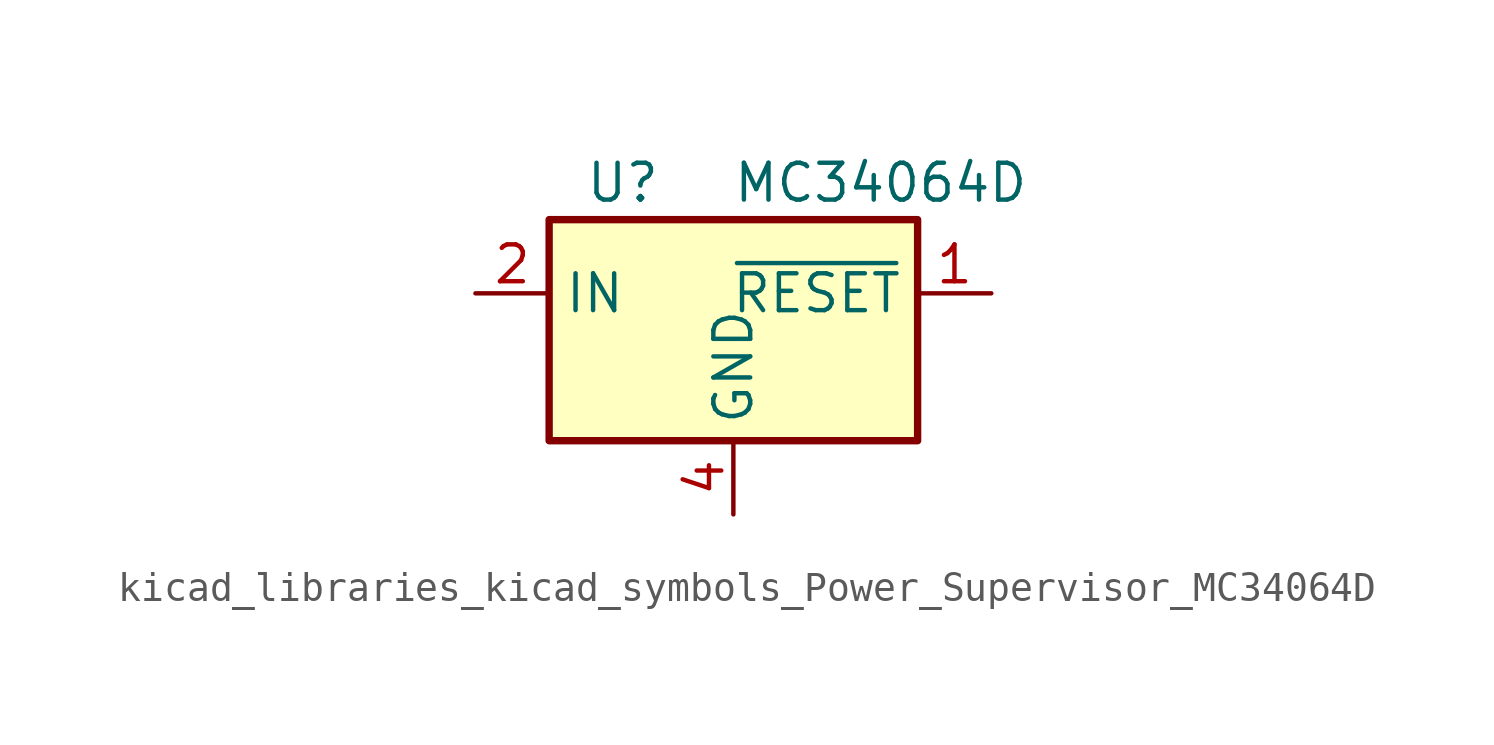
<source format=kicad_sym>
(kicad_symbol_lib
  (version 20220914)
  (generator kicad_symbol_editor)
  (symbol "kicad_libraries_kicad_symbols_Power_Supervisor_MC34064D"
    (property "Reference" "U"
      (at -3.81 5.08 0)
      (effects (font (size 1.27 1.27))))
    (property "Value" "MC34064D"
      (at 5.08 5.08 0)
      (effects (font (size 1.27 1.27))))
    (symbol "kicad_libraries_kicad_symbols_Power_Supervisor_MC34064D_0_1"
      (rectangle (start -6.35 -3.81) (end 6.35 3.81) (stroke (width 0.254) (type default)) (fill (type background))))
    (symbol "kicad_libraries_kicad_symbols_Power_Supervisor_MC34064D_1_1"
      (pin open_collector line (at 8.89 1.27 180) (length 2.54) (name "~{RESET}" (effects (font (size 1.27 1.27)))) (number "1" (effects (font (size 1.27 1.27)))))
      (pin input line (at -8.89 1.27 0) (length 2.54) (name "IN" (effects (font (size 1.27 1.27)))) (number "2" (effects (font (size 1.27 1.27)))))
      (pin no_connect line (at 6.35 -2.54 180) (length 2.54) hide (name "NC" (effects (font (size 1.27 1.27)))) (number "3" (effects (font (size 1.27 1.27)))))
      (pin power_in line (at 0 -6.35 90) (length 2.54) (name "GND" (effects (font (size 1.27 1.27)))) (number "4" (effects (font (size 1.27 1.27)))))
      (pin no_connect line (at 0 3.81 270) (length 2.54) hide (name "NC" (effects (font (size 1.27 1.27)))) (number "5" (effects (font (size 1.27 1.27)))))
      (pin no_connect line (at 2.54 3.81 270) (length 2.54) hide (name "NC" (effects (font (size 1.27 1.27)))) (number "6" (effects (font (size 1.27 1.27)))))
      (pin no_connect line (at -6.35 -2.54 0) (length 2.54) hide (name "NC" (effects (font (size 1.27 1.27)))) (number "7" (effects (font (size 1.27 1.27)))))
      (pin no_connect line (at -2.54 3.81 270) (length 2.54) hide (name "NC" (effects (font (size 1.27 1.27)))) (number "8" (effects (font (size 1.27 1.27))))))))
</source>
